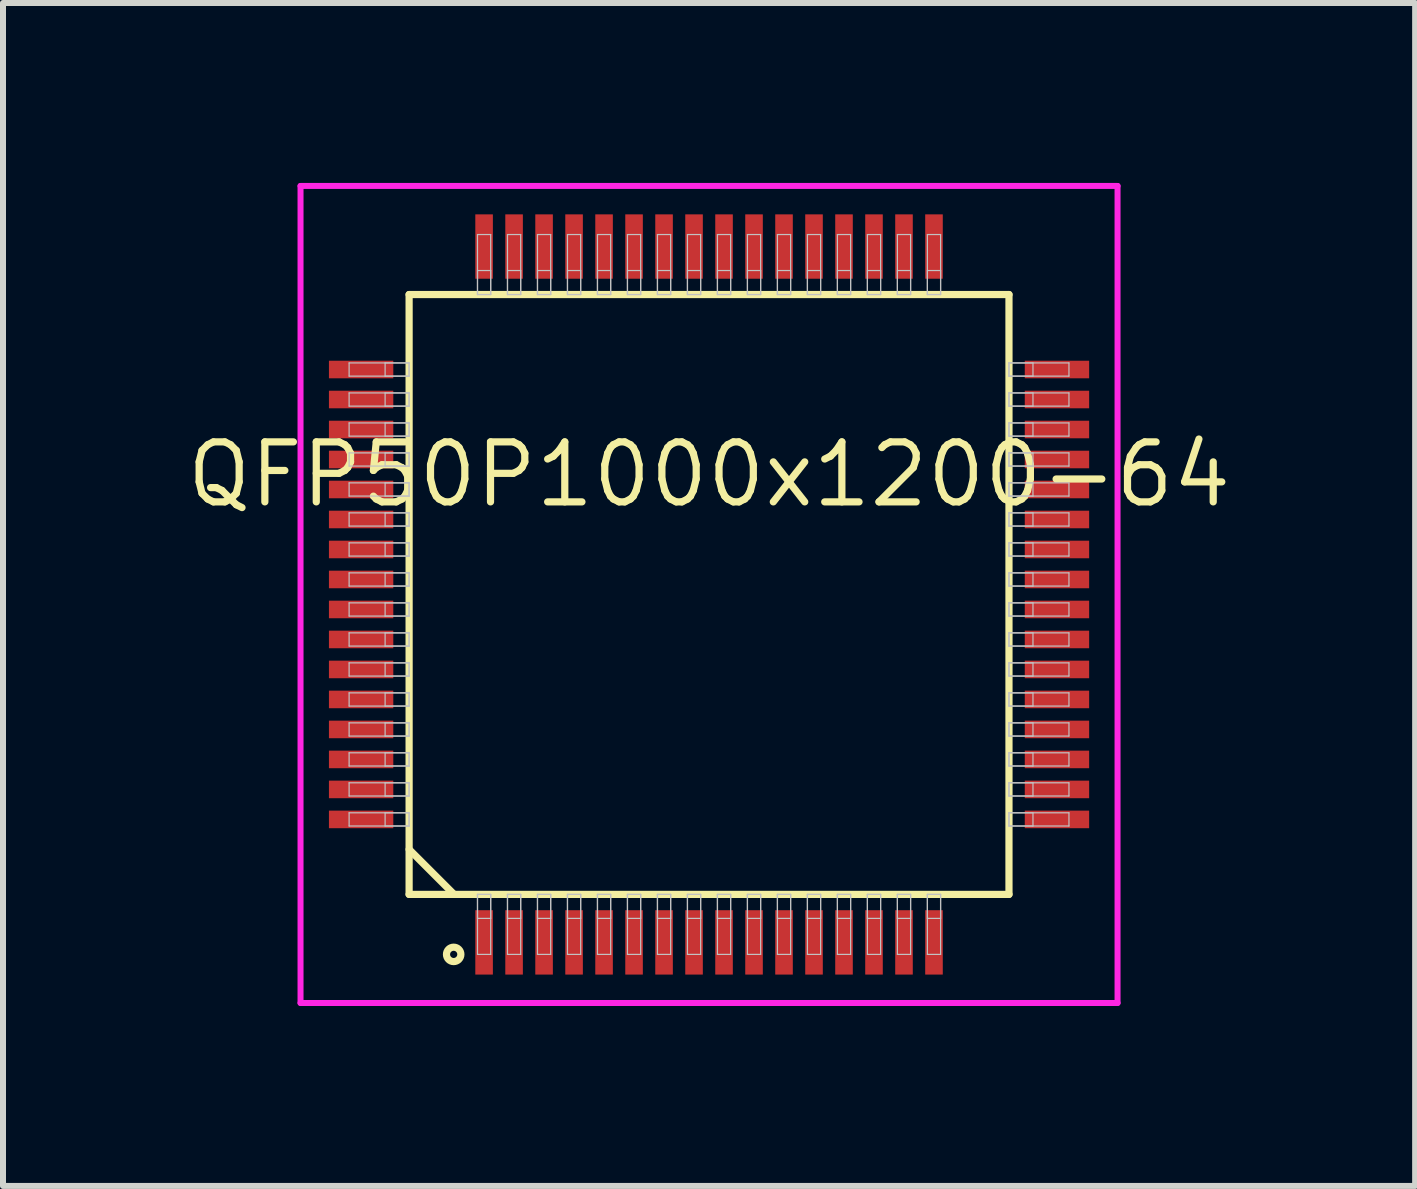
<source format=kicad_pcb>
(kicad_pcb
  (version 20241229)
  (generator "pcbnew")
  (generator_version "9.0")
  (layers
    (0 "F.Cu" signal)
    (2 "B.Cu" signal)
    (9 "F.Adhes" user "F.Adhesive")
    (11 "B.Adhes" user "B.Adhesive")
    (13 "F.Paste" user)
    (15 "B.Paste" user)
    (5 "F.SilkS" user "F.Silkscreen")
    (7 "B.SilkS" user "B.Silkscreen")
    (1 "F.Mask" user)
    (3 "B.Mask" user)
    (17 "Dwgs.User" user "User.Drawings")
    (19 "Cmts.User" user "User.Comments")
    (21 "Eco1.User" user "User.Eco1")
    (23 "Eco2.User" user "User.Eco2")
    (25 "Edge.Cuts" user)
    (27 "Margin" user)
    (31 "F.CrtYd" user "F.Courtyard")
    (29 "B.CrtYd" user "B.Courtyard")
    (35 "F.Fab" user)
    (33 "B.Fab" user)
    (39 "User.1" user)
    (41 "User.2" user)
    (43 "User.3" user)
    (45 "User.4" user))
  (footprint "QFP50P1000x1200-64"
    (layer "F.Cu")
    (at 8.77 6.86)
    (property "Reference" "QFP50P1000x1200-64" (at 0 -2 0) (layer "F.SilkS") (effects (font (size 1 1) (thickness 0.12))))
    (attr through_hole)
    (fp_line (start -5 -5) (end -5 5) (stroke (width 0.12) (type solid)) (layer "F.SilkS"))
    (fp_line (start -5 4.25) (end -4.25 5) (stroke (width 0.12) (type solid)) (layer "F.SilkS"))
    (fp_line (start -5 5) (end 5 5) (stroke (width 0.12) (type solid)) (layer "F.SilkS"))
    (fp_line (start 5 -5) (end -5 -5) (stroke (width 0.12) (type solid)) (layer "F.SilkS"))
    (fp_line (start 5 5) (end 5 -5) (stroke (width 0.12) (type solid)) (layer "F.SilkS"))
    (fp_circle (center -4.257 6) (end -4.137 6) (stroke (width 0.12) (type solid)) (fill no) (layer "F.SilkS"))
    (fp_line (start -6 -3.86) (end -6 -3.64) (stroke (width 0.02) (type solid)) (layer "Dwgs.User"))
    (fp_line (start -6 -3.64) (end -5 -3.64) (stroke (width 0.02) (type solid)) (layer "Dwgs.User"))
    (fp_line (start -6 -3.36) (end -6 -3.14) (stroke (width 0.02) (type solid)) (layer "Dwgs.User"))
    (fp_line (start -6 -3.14) (end -5 -3.14) (stroke (width 0.02) (type solid)) (layer "Dwgs.User"))
    (fp_line (start -6 -2.86) (end -6 -2.64) (stroke (width 0.02) (type solid)) (layer "Dwgs.User"))
    (fp_line (start -6 -2.64) (end -5 -2.64) (stroke (width 0.02) (type solid)) (layer "Dwgs.User"))
    (fp_line (start -6 -2.36) (end -6 -2.14) (stroke (width 0.02) (type solid)) (layer "Dwgs.User"))
    (fp_line (start -6 -2.14) (end -5 -2.14) (stroke (width 0.02) (type solid)) (layer "Dwgs.User"))
    (fp_line (start -6 -1.86) (end -6 -1.64) (stroke (width 0.02) (type solid)) (layer "Dwgs.User"))
    (fp_line (start -6 -1.64) (end -5 -1.64) (stroke (width 0.02) (type solid)) (layer "Dwgs.User"))
    (fp_line (start -6 -1.36) (end -6 -1.14) (stroke (width 0.02) (type solid)) (layer "Dwgs.User"))
    (fp_line (start -6 -1.14) (end -5 -1.14) (stroke (width 0.02) (type solid)) (layer "Dwgs.User"))
    (fp_line (start -6 -0.86) (end -6 -0.64) (stroke (width 0.02) (type solid)) (layer "Dwgs.User"))
    (fp_line (start -6 -0.64) (end -5 -0.64) (stroke (width 0.02) (type solid)) (layer "Dwgs.User"))
    (fp_line (start -6 -0.36) (end -6 -0.14) (stroke (width 0.02) (type solid)) (layer "Dwgs.User"))
    (fp_line (start -6 -0.14) (end -5 -0.14) (stroke (width 0.02) (type solid)) (layer "Dwgs.User"))
    (fp_line (start -6 0.14) (end -6 0.36) (stroke (width 0.02) (type solid)) (layer "Dwgs.User"))
    (fp_line (start -6 0.36) (end -5 0.36) (stroke (width 0.02) (type solid)) (layer "Dwgs.User"))
    (fp_line (start -6 0.64) (end -6 0.86) (stroke (width 0.02) (type solid)) (layer "Dwgs.User"))
    (fp_line (start -6 0.86) (end -5 0.86) (stroke (width 0.02) (type solid)) (layer "Dwgs.User"))
    (fp_line (start -6 1.14) (end -6 1.36) (stroke (width 0.02) (type solid)) (layer "Dwgs.User"))
    (fp_line (start -6 1.36) (end -5 1.36) (stroke (width 0.02) (type solid)) (layer "Dwgs.User"))
    (fp_line (start -6 1.64) (end -6 1.86) (stroke (width 0.02) (type solid)) (layer "Dwgs.User"))
    (fp_line (start -6 1.86) (end -5 1.86) (stroke (width 0.02) (type solid)) (layer "Dwgs.User"))
    (fp_line (start -6 2.14) (end -6 2.36) (stroke (width 0.02) (type solid)) (layer "Dwgs.User"))
    (fp_line (start -6 2.36) (end -5 2.36) (stroke (width 0.02) (type solid)) (layer "Dwgs.User"))
    (fp_line (start -6 2.64) (end -6 2.86) (stroke (width 0.02) (type solid)) (layer "Dwgs.User"))
    (fp_line (start -6 2.86) (end -5 2.86) (stroke (width 0.02) (type solid)) (layer "Dwgs.User"))
    (fp_line (start -6 3.14) (end -6 3.36) (stroke (width 0.02) (type solid)) (layer "Dwgs.User"))
    (fp_line (start -6 3.36) (end -5 3.36) (stroke (width 0.02) (type solid)) (layer "Dwgs.User"))
    (fp_line (start -6 3.64) (end -6 3.86) (stroke (width 0.02) (type solid)) (layer "Dwgs.User"))
    (fp_line (start -6 3.86) (end -5 3.86) (stroke (width 0.02) (type solid)) (layer "Dwgs.User"))
    (fp_line (start -5.4 -3.86) (end -5.4 -3.64) (stroke (width 0.02) (type solid)) (layer "Dwgs.User"))
    (fp_line (start -5.4 -3.64) (end -5 -3.64) (stroke (width 0.02) (type solid)) (layer "Dwgs.User"))
    (fp_line (start -5.4 -3.36) (end -5.4 -3.14) (stroke (width 0.02) (type solid)) (layer "Dwgs.User"))
    (fp_line (start -5.4 -3.14) (end -5 -3.14) (stroke (width 0.02) (type solid)) (layer "Dwgs.User"))
    (fp_line (start -5.4 -2.86) (end -5.4 -2.64) (stroke (width 0.02) (type solid)) (layer "Dwgs.User"))
    (fp_line (start -5.4 -2.64) (end -5 -2.64) (stroke (width 0.02) (type solid)) (layer "Dwgs.User"))
    (fp_line (start -5.4 -2.36) (end -5.4 -2.14) (stroke (width 0.02) (type solid)) (layer "Dwgs.User"))
    (fp_line (start -5.4 -2.14) (end -5 -2.14) (stroke (width 0.02) (type solid)) (layer "Dwgs.User"))
    (fp_line (start -5.4 -1.86) (end -5.4 -1.64) (stroke (width 0.02) (type solid)) (layer "Dwgs.User"))
    (fp_line (start -5.4 -1.64) (end -5 -1.64) (stroke (width 0.02) (type solid)) (layer "Dwgs.User"))
    (fp_line (start -5.4 -1.36) (end -5.4 -1.14) (stroke (width 0.02) (type solid)) (layer "Dwgs.User"))
    (fp_line (start -5.4 -1.14) (end -5 -1.14) (stroke (width 0.02) (type solid)) (layer "Dwgs.User"))
    (fp_line (start -5.4 -0.86) (end -5.4 -0.64) (stroke (width 0.02) (type solid)) (layer "Dwgs.User"))
    (fp_line (start -5.4 -0.64) (end -5 -0.64) (stroke (width 0.02) (type solid)) (layer "Dwgs.User"))
    (fp_line (start -5.4 -0.36) (end -5.4 -0.14) (stroke (width 0.02) (type solid)) (layer "Dwgs.User"))
    (fp_line (start -5.4 -0.14) (end -5 -0.14) (stroke (width 0.02) (type solid)) (layer "Dwgs.User"))
    (fp_line (start -5.4 0.14) (end -5.4 0.36) (stroke (width 0.02) (type solid)) (layer "Dwgs.User"))
    (fp_line (start -5.4 0.36) (end -5 0.36) (stroke (width 0.02) (type solid)) (layer "Dwgs.User"))
    (fp_line (start -5.4 0.64) (end -5.4 0.86) (stroke (width 0.02) (type solid)) (layer "Dwgs.User"))
    (fp_line (start -5.4 0.86) (end -5 0.86) (stroke (width 0.02) (type solid)) (layer "Dwgs.User"))
    (fp_line (start -5.4 1.14) (end -5.4 1.36) (stroke (width 0.02) (type solid)) (layer "Dwgs.User"))
    (fp_line (start -5.4 1.36) (end -5 1.36) (stroke (width 0.02) (type solid)) (layer "Dwgs.User"))
    (fp_line (start -5.4 1.64) (end -5.4 1.86) (stroke (width 0.02) (type solid)) (layer "Dwgs.User"))
    (fp_line (start -5.4 1.86) (end -5 1.86) (stroke (width 0.02) (type solid)) (layer "Dwgs.User"))
    (fp_line (start -5.4 2.14) (end -5.4 2.36) (stroke (width 0.02) (type solid)) (layer "Dwgs.User"))
    (fp_line (start -5.4 2.36) (end -5 2.36) (stroke (width 0.02) (type solid)) (layer "Dwgs.User"))
    (fp_line (start -5.4 2.64) (end -5.4 2.86) (stroke (width 0.02) (type solid)) (layer "Dwgs.User"))
    (fp_line (start -5.4 2.86) (end -5 2.86) (stroke (width 0.02) (type solid)) (layer "Dwgs.User"))
    (fp_line (start -5.4 3.14) (end -5.4 3.36) (stroke (width 0.02) (type solid)) (layer "Dwgs.User"))
    (fp_line (start -5.4 3.36) (end -5 3.36) (stroke (width 0.02) (type solid)) (layer "Dwgs.User"))
    (fp_line (start -5.4 3.64) (end -5.4 3.86) (stroke (width 0.02) (type solid)) (layer "Dwgs.User"))
    (fp_line (start -5.4 3.86) (end -5 3.86) (stroke (width 0.02) (type solid)) (layer "Dwgs.User"))
    (fp_line (start -5 -3.86) (end -6 -3.86) (stroke (width 0.02) (type solid)) (layer "Dwgs.User"))
    (fp_line (start -5 -3.86) (end -5.4 -3.86) (stroke (width 0.02) (type solid)) (layer "Dwgs.User"))
    (fp_line (start -5 -3.64) (end -5 -3.86) (stroke (width 0.02) (type solid)) (layer "Dwgs.User"))
    (fp_line (start -5 -3.64) (end -5 -3.86) (stroke (width 0.02) (type solid)) (layer "Dwgs.User"))
    (fp_line (start -5 -3.36) (end -6 -3.36) (stroke (width 0.02) (type solid)) (layer "Dwgs.User"))
    (fp_line (start -5 -3.36) (end -5.4 -3.36) (stroke (width 0.02) (type solid)) (layer "Dwgs.User"))
    (fp_line (start -5 -3.14) (end -5 -3.36) (stroke (width 0.02) (type solid)) (layer "Dwgs.User"))
    (fp_line (start -5 -3.14) (end -5 -3.36) (stroke (width 0.02) (type solid)) (layer "Dwgs.User"))
    (fp_line (start -5 -2.86) (end -6 -2.86) (stroke (width 0.02) (type solid)) (layer "Dwgs.User"))
    (fp_line (start -5 -2.86) (end -5.4 -2.86) (stroke (width 0.02) (type solid)) (layer "Dwgs.User"))
    (fp_line (start -5 -2.64) (end -5 -2.86) (stroke (width 0.02) (type solid)) (layer "Dwgs.User"))
    (fp_line (start -5 -2.64) (end -5 -2.86) (stroke (width 0.02) (type solid)) (layer "Dwgs.User"))
    (fp_line (start -5 -2.36) (end -6 -2.36) (stroke (width 0.02) (type solid)) (layer "Dwgs.User"))
    (fp_line (start -5 -2.36) (end -5.4 -2.36) (stroke (width 0.02) (type solid)) (layer "Dwgs.User"))
    (fp_line (start -5 -2.14) (end -5 -2.36) (stroke (width 0.02) (type solid)) (layer "Dwgs.User"))
    (fp_line (start -5 -2.14) (end -5 -2.36) (stroke (width 0.02) (type solid)) (layer "Dwgs.User"))
    (fp_line (start -5 -1.86) (end -6 -1.86) (stroke (width 0.02) (type solid)) (layer "Dwgs.User"))
    (fp_line (start -5 -1.86) (end -5.4 -1.86) (stroke (width 0.02) (type solid)) (layer "Dwgs.User"))
    (fp_line (start -5 -1.64) (end -5 -1.86) (stroke (width 0.02) (type solid)) (layer "Dwgs.User"))
    (fp_line (start -5 -1.64) (end -5 -1.86) (stroke (width 0.02) (type solid)) (layer "Dwgs.User"))
    (fp_line (start -5 -1.36) (end -6 -1.36) (stroke (width 0.02) (type solid)) (layer "Dwgs.User"))
    (fp_line (start -5 -1.36) (end -5.4 -1.36) (stroke (width 0.02) (type solid)) (layer "Dwgs.User"))
    (fp_line (start -5 -1.14) (end -5 -1.36) (stroke (width 0.02) (type solid)) (layer "Dwgs.User"))
    (fp_line (start -5 -1.14) (end -5 -1.36) (stroke (width 0.02) (type solid)) (layer "Dwgs.User"))
    (fp_line (start -5 -0.86) (end -6 -0.86) (stroke (width 0.02) (type solid)) (layer "Dwgs.User"))
    (fp_line (start -5 -0.86) (end -5.4 -0.86) (stroke (width 0.02) (type solid)) (layer "Dwgs.User"))
    (fp_line (start -5 -0.64) (end -5 -0.86) (stroke (width 0.02) (type solid)) (layer "Dwgs.User"))
    (fp_line (start -5 -0.64) (end -5 -0.86) (stroke (width 0.02) (type solid)) (layer "Dwgs.User"))
    (fp_line (start -5 -0.36) (end -6 -0.36) (stroke (width 0.02) (type solid)) (layer "Dwgs.User"))
    (fp_line (start -5 -0.36) (end -5.4 -0.36) (stroke (width 0.02) (type solid)) (layer "Dwgs.User"))
    (fp_line (start -5 -0.14) (end -5 -0.36) (stroke (width 0.02) (type solid)) (layer "Dwgs.User"))
    (fp_line (start -5 -0.14) (end -5 -0.36) (stroke (width 0.02) (type solid)) (layer "Dwgs.User"))
    (fp_line (start -5 0.14) (end -6 0.14) (stroke (width 0.02) (type solid)) (layer "Dwgs.User"))
    (fp_line (start -5 0.14) (end -5.4 0.14) (stroke (width 0.02) (type solid)) (layer "Dwgs.User"))
    (fp_line (start -5 0.36) (end -5 0.14) (stroke (width 0.02) (type solid)) (layer "Dwgs.User"))
    (fp_line (start -5 0.36) (end -5 0.14) (stroke (width 0.02) (type solid)) (layer "Dwgs.User"))
    (fp_line (start -5 0.64) (end -6 0.64) (stroke (width 0.02) (type solid)) (layer "Dwgs.User"))
    (fp_line (start -5 0.64) (end -5.4 0.64) (stroke (width 0.02) (type solid)) (layer "Dwgs.User"))
    (fp_line (start -5 0.86) (end -5 0.64) (stroke (width 0.02) (type solid)) (layer "Dwgs.User"))
    (fp_line (start -5 0.86) (end -5 0.64) (stroke (width 0.02) (type solid)) (layer "Dwgs.User"))
    (fp_line (start -5 1.14) (end -6 1.14) (stroke (width 0.02) (type solid)) (layer "Dwgs.User"))
    (fp_line (start -5 1.14) (end -5.4 1.14) (stroke (width 0.02) (type solid)) (layer "Dwgs.User"))
    (fp_line (start -5 1.36) (end -5 1.14) (stroke (width 0.02) (type solid)) (layer "Dwgs.User"))
    (fp_line (start -5 1.36) (end -5 1.14) (stroke (width 0.02) (type solid)) (layer "Dwgs.User"))
    (fp_line (start -5 1.64) (end -6 1.64) (stroke (width 0.02) (type solid)) (layer "Dwgs.User"))
    (fp_line (start -5 1.64) (end -5.4 1.64) (stroke (width 0.02) (type solid)) (layer "Dwgs.User"))
    (fp_line (start -5 1.86) (end -5 1.64) (stroke (width 0.02) (type solid)) (layer "Dwgs.User"))
    (fp_line (start -5 1.86) (end -5 1.64) (stroke (width 0.02) (type solid)) (layer "Dwgs.User"))
    (fp_line (start -5 2.14) (end -6 2.14) (stroke (width 0.02) (type solid)) (layer "Dwgs.User"))
    (fp_line (start -5 2.14) (end -5.4 2.14) (stroke (width 0.02) (type solid)) (layer "Dwgs.User"))
    (fp_line (start -5 2.36) (end -5 2.14) (stroke (width 0.02) (type solid)) (layer "Dwgs.User"))
    (fp_line (start -5 2.36) (end -5 2.14) (stroke (width 0.02) (type solid)) (layer "Dwgs.User"))
    (fp_line (start -5 2.64) (end -6 2.64) (stroke (width 0.02) (type solid)) (layer "Dwgs.User"))
    (fp_line (start -5 2.64) (end -5.4 2.64) (stroke (width 0.02) (type solid)) (layer "Dwgs.User"))
    (fp_line (start -5 2.86) (end -5 2.64) (stroke (width 0.02) (type solid)) (layer "Dwgs.User"))
    (fp_line (start -5 2.86) (end -5 2.64) (stroke (width 0.02) (type solid)) (layer "Dwgs.User"))
    (fp_line (start -5 3.14) (end -6 3.14) (stroke (width 0.02) (type solid)) (layer "Dwgs.User"))
    (fp_line (start -5 3.14) (end -5.4 3.14) (stroke (width 0.02) (type solid)) (layer "Dwgs.User"))
    (fp_line (start -5 3.36) (end -5 3.14) (stroke (width 0.02) (type solid)) (layer "Dwgs.User"))
    (fp_line (start -5 3.36) (end -5 3.14) (stroke (width 0.02) (type solid)) (layer "Dwgs.User"))
    (fp_line (start -5 3.64) (end -6 3.64) (stroke (width 0.02) (type solid)) (layer "Dwgs.User"))
    (fp_line (start -5 3.64) (end -5.4 3.64) (stroke (width 0.02) (type solid)) (layer "Dwgs.User"))
    (fp_line (start -5 3.86) (end -5 3.64) (stroke (width 0.02) (type solid)) (layer "Dwgs.User"))
    (fp_line (start -5 3.86) (end -5 3.64) (stroke (width 0.02) (type solid)) (layer "Dwgs.User"))
    (fp_line (start -3.86 -6) (end -3.86 -5) (stroke (width 0.02) (type solid)) (layer "Dwgs.User"))
    (fp_line (start -3.86 -5.4) (end -3.86 -5) (stroke (width 0.02) (type solid)) (layer "Dwgs.User"))
    (fp_line (start -3.86 -5) (end -3.64 -5) (stroke (width 0.02) (type solid)) (layer "Dwgs.User"))
    (fp_line (start -3.86 -5) (end -3.64 -5) (stroke (width 0.02) (type solid)) (layer "Dwgs.User"))
    (fp_line (start -3.86 5) (end -3.64 5) (stroke (width 0.02) (type solid)) (layer "Dwgs.User"))
    (fp_line (start -3.86 5) (end -3.64 5) (stroke (width 0.02) (type solid)) (layer "Dwgs.User"))
    (fp_line (start -3.86 5.4) (end -3.86 5) (stroke (width 0.02) (type solid)) (layer "Dwgs.User"))
    (fp_line (start -3.86 6) (end -3.86 5) (stroke (width 0.02) (type solid)) (layer "Dwgs.User"))
    (fp_line (start -3.64 -6) (end -3.86 -6) (stroke (width 0.02) (type solid)) (layer "Dwgs.User"))
    (fp_line (start -3.64 -5.4) (end -3.86 -5.4) (stroke (width 0.02) (type solid)) (layer "Dwgs.User"))
    (fp_line (start -3.64 -5) (end -3.64 -6) (stroke (width 0.02) (type solid)) (layer "Dwgs.User"))
    (fp_line (start -3.64 -5) (end -3.64 -5.4) (stroke (width 0.02) (type solid)) (layer "Dwgs.User"))
    (fp_line (start -3.64 5) (end -3.64 5.4) (stroke (width 0.02) (type solid)) (layer "Dwgs.User"))
    (fp_line (start -3.64 5) (end -3.64 6) (stroke (width 0.02) (type solid)) (layer "Dwgs.User"))
    (fp_line (start -3.64 5.4) (end -3.86 5.4) (stroke (width 0.02) (type solid)) (layer "Dwgs.User"))
    (fp_line (start -3.64 6) (end -3.86 6) (stroke (width 0.02) (type solid)) (layer "Dwgs.User"))
    (fp_line (start -3.36 -6) (end -3.36 -5) (stroke (width 0.02) (type solid)) (layer "Dwgs.User"))
    (fp_line (start -3.36 -5.4) (end -3.36 -5) (stroke (width 0.02) (type solid)) (layer "Dwgs.User"))
    (fp_line (start -3.36 -5) (end -3.14 -5) (stroke (width 0.02) (type solid)) (layer "Dwgs.User"))
    (fp_line (start -3.36 -5) (end -3.14 -5) (stroke (width 0.02) (type solid)) (layer "Dwgs.User"))
    (fp_line (start -3.36 5) (end -3.14 5) (stroke (width 0.02) (type solid)) (layer "Dwgs.User"))
    (fp_line (start -3.36 5) (end -3.14 5) (stroke (width 0.02) (type solid)) (layer "Dwgs.User"))
    (fp_line (start -3.36 5.4) (end -3.36 5) (stroke (width 0.02) (type solid)) (layer "Dwgs.User"))
    (fp_line (start -3.36 6) (end -3.36 5) (stroke (width 0.02) (type solid)) (layer "Dwgs.User"))
    (fp_line (start -3.14 -6) (end -3.36 -6) (stroke (width 0.02) (type solid)) (layer "Dwgs.User"))
    (fp_line (start -3.14 -5.4) (end -3.36 -5.4) (stroke (width 0.02) (type solid)) (layer "Dwgs.User"))
    (fp_line (start -3.14 -5) (end -3.14 -6) (stroke (width 0.02) (type solid)) (layer "Dwgs.User"))
    (fp_line (start -3.14 -5) (end -3.14 -5.4) (stroke (width 0.02) (type solid)) (layer "Dwgs.User"))
    (fp_line (start -3.14 5) (end -3.14 5.4) (stroke (width 0.02) (type solid)) (layer "Dwgs.User"))
    (fp_line (start -3.14 5) (end -3.14 6) (stroke (width 0.02) (type solid)) (layer "Dwgs.User"))
    (fp_line (start -3.14 5.4) (end -3.36 5.4) (stroke (width 0.02) (type solid)) (layer "Dwgs.User"))
    (fp_line (start -3.14 6) (end -3.36 6) (stroke (width 0.02) (type solid)) (layer "Dwgs.User"))
    (fp_line (start -2.86 -6) (end -2.86 -5) (stroke (width 0.02) (type solid)) (layer "Dwgs.User"))
    (fp_line (start -2.86 -5.4) (end -2.86 -5) (stroke (width 0.02) (type solid)) (layer "Dwgs.User"))
    (fp_line (start -2.86 -5) (end -2.64 -5) (stroke (width 0.02) (type solid)) (layer "Dwgs.User"))
    (fp_line (start -2.86 -5) (end -2.64 -5) (stroke (width 0.02) (type solid)) (layer "Dwgs.User"))
    (fp_line (start -2.86 5) (end -2.64 5) (stroke (width 0.02) (type solid)) (layer "Dwgs.User"))
    (fp_line (start -2.86 5) (end -2.64 5) (stroke (width 0.02) (type solid)) (layer "Dwgs.User"))
    (fp_line (start -2.86 5.4) (end -2.86 5) (stroke (width 0.02) (type solid)) (layer "Dwgs.User"))
    (fp_line (start -2.86 6) (end -2.86 5) (stroke (width 0.02) (type solid)) (layer "Dwgs.User"))
    (fp_line (start -2.64 -6) (end -2.86 -6) (stroke (width 0.02) (type solid)) (layer "Dwgs.User"))
    (fp_line (start -2.64 -5.4) (end -2.86 -5.4) (stroke (width 0.02) (type solid)) (layer "Dwgs.User"))
    (fp_line (start -2.64 -5) (end -2.64 -6) (stroke (width 0.02) (type solid)) (layer "Dwgs.User"))
    (fp_line (start -2.64 -5) (end -2.64 -5.4) (stroke (width 0.02) (type solid)) (layer "Dwgs.User"))
    (fp_line (start -2.64 5) (end -2.64 5.4) (stroke (width 0.02) (type solid)) (layer "Dwgs.User"))
    (fp_line (start -2.64 5) (end -2.64 6) (stroke (width 0.02) (type solid)) (layer "Dwgs.User"))
    (fp_line (start -2.64 5.4) (end -2.86 5.4) (stroke (width 0.02) (type solid)) (layer "Dwgs.User"))
    (fp_line (start -2.64 6) (end -2.86 6) (stroke (width 0.02) (type solid)) (layer "Dwgs.User"))
    (fp_line (start -2.36 -6) (end -2.36 -5) (stroke (width 0.02) (type solid)) (layer "Dwgs.User"))
    (fp_line (start -2.36 -5.4) (end -2.36 -5) (stroke (width 0.02) (type solid)) (layer "Dwgs.User"))
    (fp_line (start -2.36 -5) (end -2.14 -5) (stroke (width 0.02) (type solid)) (layer "Dwgs.User"))
    (fp_line (start -2.36 -5) (end -2.14 -5) (stroke (width 0.02) (type solid)) (layer "Dwgs.User"))
    (fp_line (start -2.36 5) (end -2.14 5) (stroke (width 0.02) (type solid)) (layer "Dwgs.User"))
    (fp_line (start -2.36 5) (end -2.14 5) (stroke (width 0.02) (type solid)) (layer "Dwgs.User"))
    (fp_line (start -2.36 5.4) (end -2.36 5) (stroke (width 0.02) (type solid)) (layer "Dwgs.User"))
    (fp_line (start -2.36 6) (end -2.36 5) (stroke (width 0.02) (type solid)) (layer "Dwgs.User"))
    (fp_line (start -2.14 -6) (end -2.36 -6) (stroke (width 0.02) (type solid)) (layer "Dwgs.User"))
    (fp_line (start -2.14 -5.4) (end -2.36 -5.4) (stroke (width 0.02) (type solid)) (layer "Dwgs.User"))
    (fp_line (start -2.14 -5) (end -2.14 -6) (stroke (width 0.02) (type solid)) (layer "Dwgs.User"))
    (fp_line (start -2.14 -5) (end -2.14 -5.4) (stroke (width 0.02) (type solid)) (layer "Dwgs.User"))
    (fp_line (start -2.14 5) (end -2.14 5.4) (stroke (width 0.02) (type solid)) (layer "Dwgs.User"))
    (fp_line (start -2.14 5) (end -2.14 6) (stroke (width 0.02) (type solid)) (layer "Dwgs.User"))
    (fp_line (start -2.14 5.4) (end -2.36 5.4) (stroke (width 0.02) (type solid)) (layer "Dwgs.User"))
    (fp_line (start -2.14 6) (end -2.36 6) (stroke (width 0.02) (type solid)) (layer "Dwgs.User"))
    (fp_line (start -1.86 -6) (end -1.86 -5) (stroke (width 0.02) (type solid)) (layer "Dwgs.User"))
    (fp_line (start -1.86 -5.4) (end -1.86 -5) (stroke (width 0.02) (type solid)) (layer "Dwgs.User"))
    (fp_line (start -1.86 -5) (end -1.64 -5) (stroke (width 0.02) (type solid)) (layer "Dwgs.User"))
    (fp_line (start -1.86 -5) (end -1.64 -5) (stroke (width 0.02) (type solid)) (layer "Dwgs.User"))
    (fp_line (start -1.86 5) (end -1.64 5) (stroke (width 0.02) (type solid)) (layer "Dwgs.User"))
    (fp_line (start -1.86 5) (end -1.64 5) (stroke (width 0.02) (type solid)) (layer "Dwgs.User"))
    (fp_line (start -1.86 5.4) (end -1.86 5) (stroke (width 0.02) (type solid)) (layer "Dwgs.User"))
    (fp_line (start -1.86 6) (end -1.86 5) (stroke (width 0.02) (type solid)) (layer "Dwgs.User"))
    (fp_line (start -1.64 -6) (end -1.86 -6) (stroke (width 0.02) (type solid)) (layer "Dwgs.User"))
    (fp_line (start -1.64 -5.4) (end -1.86 -5.4) (stroke (width 0.02) (type solid)) (layer "Dwgs.User"))
    (fp_line (start -1.64 -5) (end -1.64 -6) (stroke (width 0.02) (type solid)) (layer "Dwgs.User"))
    (fp_line (start -1.64 -5) (end -1.64 -5.4) (stroke (width 0.02) (type solid)) (layer "Dwgs.User"))
    (fp_line (start -1.64 5) (end -1.64 5.4) (stroke (width 0.02) (type solid)) (layer "Dwgs.User"))
    (fp_line (start -1.64 5) (end -1.64 6) (stroke (width 0.02) (type solid)) (layer "Dwgs.User"))
    (fp_line (start -1.64 5.4) (end -1.86 5.4) (stroke (width 0.02) (type solid)) (layer "Dwgs.User"))
    (fp_line (start -1.64 6) (end -1.86 6) (stroke (width 0.02) (type solid)) (layer "Dwgs.User"))
    (fp_line (start -1.36 -6) (end -1.36 -5) (stroke (width 0.02) (type solid)) (layer "Dwgs.User"))
    (fp_line (start -1.36 -5.4) (end -1.36 -5) (stroke (width 0.02) (type solid)) (layer "Dwgs.User"))
    (fp_line (start -1.36 -5) (end -1.14 -5) (stroke (width 0.02) (type solid)) (layer "Dwgs.User"))
    (fp_line (start -1.36 -5) (end -1.14 -5) (stroke (width 0.02) (type solid)) (layer "Dwgs.User"))
    (fp_line (start -1.36 5) (end -1.14 5) (stroke (width 0.02) (type solid)) (layer "Dwgs.User"))
    (fp_line (start -1.36 5) (end -1.14 5) (stroke (width 0.02) (type solid)) (layer "Dwgs.User"))
    (fp_line (start -1.36 5.4) (end -1.36 5) (stroke (width 0.02) (type solid)) (layer "Dwgs.User"))
    (fp_line (start -1.36 6) (end -1.36 5) (stroke (width 0.02) (type solid)) (layer "Dwgs.User"))
    (fp_line (start -1.14 -6) (end -1.36 -6) (stroke (width 0.02) (type solid)) (layer "Dwgs.User"))
    (fp_line (start -1.14 -5.4) (end -1.36 -5.4) (stroke (width 0.02) (type solid)) (layer "Dwgs.User"))
    (fp_line (start -1.14 -5) (end -1.14 -6) (stroke (width 0.02) (type solid)) (layer "Dwgs.User"))
    (fp_line (start -1.14 -5) (end -1.14 -5.4) (stroke (width 0.02) (type solid)) (layer "Dwgs.User"))
    (fp_line (start -1.14 5) (end -1.14 5.4) (stroke (width 0.02) (type solid)) (layer "Dwgs.User"))
    (fp_line (start -1.14 5) (end -1.14 6) (stroke (width 0.02) (type solid)) (layer "Dwgs.User"))
    (fp_line (start -1.14 5.4) (end -1.36 5.4) (stroke (width 0.02) (type solid)) (layer "Dwgs.User"))
    (fp_line (start -1.14 6) (end -1.36 6) (stroke (width 0.02) (type solid)) (layer "Dwgs.User"))
    (fp_line (start -0.86 -6) (end -0.86 -5) (stroke (width 0.02) (type solid)) (layer "Dwgs.User"))
    (fp_line (start -0.86 -5.4) (end -0.86 -5) (stroke (width 0.02) (type solid)) (layer "Dwgs.User"))
    (fp_line (start -0.86 -5) (end -0.64 -5) (stroke (width 0.02) (type solid)) (layer "Dwgs.User"))
    (fp_line (start -0.86 -5) (end -0.64 -5) (stroke (width 0.02) (type solid)) (layer "Dwgs.User"))
    (fp_line (start -0.86 5) (end -0.64 5) (stroke (width 0.02) (type solid)) (layer "Dwgs.User"))
    (fp_line (start -0.86 5) (end -0.64 5) (stroke (width 0.02) (type solid)) (layer "Dwgs.User"))
    (fp_line (start -0.86 5.4) (end -0.86 5) (stroke (width 0.02) (type solid)) (layer "Dwgs.User"))
    (fp_line (start -0.86 6) (end -0.86 5) (stroke (width 0.02) (type solid)) (layer "Dwgs.User"))
    (fp_line (start -0.64 -6) (end -0.86 -6) (stroke (width 0.02) (type solid)) (layer "Dwgs.User"))
    (fp_line (start -0.64 -5.4) (end -0.86 -5.4) (stroke (width 0.02) (type solid)) (layer "Dwgs.User"))
    (fp_line (start -0.64 -5) (end -0.64 -6) (stroke (width 0.02) (type solid)) (layer "Dwgs.User"))
    (fp_line (start -0.64 -5) (end -0.64 -5.4) (stroke (width 0.02) (type solid)) (layer "Dwgs.User"))
    (fp_line (start -0.64 5) (end -0.64 5.4) (stroke (width 0.02) (type solid)) (layer "Dwgs.User"))
    (fp_line (start -0.64 5) (end -0.64 6) (stroke (width 0.02) (type solid)) (layer "Dwgs.User"))
    (fp_line (start -0.64 5.4) (end -0.86 5.4) (stroke (width 0.02) (type solid)) (layer "Dwgs.User"))
    (fp_line (start -0.64 6) (end -0.86 6) (stroke (width 0.02) (type solid)) (layer "Dwgs.User"))
    (fp_line (start -0.36 -6) (end -0.36 -5) (stroke (width 0.02) (type solid)) (layer "Dwgs.User"))
    (fp_line (start -0.36 -5.4) (end -0.36 -5) (stroke (width 0.02) (type solid)) (layer "Dwgs.User"))
    (fp_line (start -0.36 -5) (end -0.14 -5) (stroke (width 0.02) (type solid)) (layer "Dwgs.User"))
    (fp_line (start -0.36 -5) (end -0.14 -5) (stroke (width 0.02) (type solid)) (layer "Dwgs.User"))
    (fp_line (start -0.36 5) (end -0.14 5) (stroke (width 0.02) (type solid)) (layer "Dwgs.User"))
    (fp_line (start -0.36 5) (end -0.14 5) (stroke (width 0.02) (type solid)) (layer "Dwgs.User"))
    (fp_line (start -0.36 5.4) (end -0.36 5) (stroke (width 0.02) (type solid)) (layer "Dwgs.User"))
    (fp_line (start -0.36 6) (end -0.36 5) (stroke (width 0.02) (type solid)) (layer "Dwgs.User"))
    (fp_line (start -0.14 -6) (end -0.36 -6) (stroke (width 0.02) (type solid)) (layer "Dwgs.User"))
    (fp_line (start -0.14 -5.4) (end -0.36 -5.4) (stroke (width 0.02) (type solid)) (layer "Dwgs.User"))
    (fp_line (start -0.14 -5) (end -0.14 -6) (stroke (width 0.02) (type solid)) (layer "Dwgs.User"))
    (fp_line (start -0.14 -5) (end -0.14 -5.4) (stroke (width 0.02) (type solid)) (layer "Dwgs.User"))
    (fp_line (start -0.14 5) (end -0.14 5.4) (stroke (width 0.02) (type solid)) (layer "Dwgs.User"))
    (fp_line (start -0.14 5) (end -0.14 6) (stroke (width 0.02) (type solid)) (layer "Dwgs.User"))
    (fp_line (start -0.14 5.4) (end -0.36 5.4) (stroke (width 0.02) (type solid)) (layer "Dwgs.User"))
    (fp_line (start -0.14 6) (end -0.36 6) (stroke (width 0.02) (type solid)) (layer "Dwgs.User"))
    (fp_line (start 0.14 -6) (end 0.14 -5) (stroke (width 0.02) (type solid)) (layer "Dwgs.User"))
    (fp_line (start 0.14 -5.4) (end 0.14 -5) (stroke (width 0.02) (type solid)) (layer "Dwgs.User"))
    (fp_line (start 0.14 -5) (end 0.36 -5) (stroke (width 0.02) (type solid)) (layer "Dwgs.User"))
    (fp_line (start 0.14 -5) (end 0.36 -5) (stroke (width 0.02) (type solid)) (layer "Dwgs.User"))
    (fp_line (start 0.14 5) (end 0.36 5) (stroke (width 0.02) (type solid)) (layer "Dwgs.User"))
    (fp_line (start 0.14 5) (end 0.36 5) (stroke (width 0.02) (type solid)) (layer "Dwgs.User"))
    (fp_line (start 0.14 5.4) (end 0.14 5) (stroke (width 0.02) (type solid)) (layer "Dwgs.User"))
    (fp_line (start 0.14 6) (end 0.14 5) (stroke (width 0.02) (type solid)) (layer "Dwgs.User"))
    (fp_line (start 0.36 -6) (end 0.14 -6) (stroke (width 0.02) (type solid)) (layer "Dwgs.User"))
    (fp_line (start 0.36 -5.4) (end 0.14 -5.4) (stroke (width 0.02) (type solid)) (layer "Dwgs.User"))
    (fp_line (start 0.36 -5) (end 0.36 -6) (stroke (width 0.02) (type solid)) (layer "Dwgs.User"))
    (fp_line (start 0.36 -5) (end 0.36 -5.4) (stroke (width 0.02) (type solid)) (layer "Dwgs.User"))
    (fp_line (start 0.36 5) (end 0.36 5.4) (stroke (width 0.02) (type solid)) (layer "Dwgs.User"))
    (fp_line (start 0.36 5) (end 0.36 6) (stroke (width 0.02) (type solid)) (layer "Dwgs.User"))
    (fp_line (start 0.36 5.4) (end 0.14 5.4) (stroke (width 0.02) (type solid)) (layer "Dwgs.User"))
    (fp_line (start 0.36 6) (end 0.14 6) (stroke (width 0.02) (type solid)) (layer "Dwgs.User"))
    (fp_line (start 0.64 -6) (end 0.64 -5) (stroke (width 0.02) (type solid)) (layer "Dwgs.User"))
    (fp_line (start 0.64 -5.4) (end 0.64 -5) (stroke (width 0.02) (type solid)) (layer "Dwgs.User"))
    (fp_line (start 0.64 -5) (end 0.86 -5) (stroke (width 0.02) (type solid)) (layer "Dwgs.User"))
    (fp_line (start 0.64 -5) (end 0.86 -5) (stroke (width 0.02) (type solid)) (layer "Dwgs.User"))
    (fp_line (start 0.64 5) (end 0.86 5) (stroke (width 0.02) (type solid)) (layer "Dwgs.User"))
    (fp_line (start 0.64 5) (end 0.86 5) (stroke (width 0.02) (type solid)) (layer "Dwgs.User"))
    (fp_line (start 0.64 5.4) (end 0.64 5) (stroke (width 0.02) (type solid)) (layer "Dwgs.User"))
    (fp_line (start 0.64 6) (end 0.64 5) (stroke (width 0.02) (type solid)) (layer "Dwgs.User"))
    (fp_line (start 0.86 -6) (end 0.64 -6) (stroke (width 0.02) (type solid)) (layer "Dwgs.User"))
    (fp_line (start 0.86 -5.4) (end 0.64 -5.4) (stroke (width 0.02) (type solid)) (layer "Dwgs.User"))
    (fp_line (start 0.86 -5) (end 0.86 -6) (stroke (width 0.02) (type solid)) (layer "Dwgs.User"))
    (fp_line (start 0.86 -5) (end 0.86 -5.4) (stroke (width 0.02) (type solid)) (layer "Dwgs.User"))
    (fp_line (start 0.86 5) (end 0.86 5.4) (stroke (width 0.02) (type solid)) (layer "Dwgs.User"))
    (fp_line (start 0.86 5) (end 0.86 6) (stroke (width 0.02) (type solid)) (layer "Dwgs.User"))
    (fp_line (start 0.86 5.4) (end 0.64 5.4) (stroke (width 0.02) (type solid)) (layer "Dwgs.User"))
    (fp_line (start 0.86 6) (end 0.64 6) (stroke (width 0.02) (type solid)) (layer "Dwgs.User"))
    (fp_line (start 1.14 -6) (end 1.14 -5) (stroke (width 0.02) (type solid)) (layer "Dwgs.User"))
    (fp_line (start 1.14 -5.4) (end 1.14 -5) (stroke (width 0.02) (type solid)) (layer "Dwgs.User"))
    (fp_line (start 1.14 -5) (end 1.36 -5) (stroke (width 0.02) (type solid)) (layer "Dwgs.User"))
    (fp_line (start 1.14 -5) (end 1.36 -5) (stroke (width 0.02) (type solid)) (layer "Dwgs.User"))
    (fp_line (start 1.14 5) (end 1.36 5) (stroke (width 0.02) (type solid)) (layer "Dwgs.User"))
    (fp_line (start 1.14 5) (end 1.36 5) (stroke (width 0.02) (type solid)) (layer "Dwgs.User"))
    (fp_line (start 1.14 5.4) (end 1.14 5) (stroke (width 0.02) (type solid)) (layer "Dwgs.User"))
    (fp_line (start 1.14 6) (end 1.14 5) (stroke (width 0.02) (type solid)) (layer "Dwgs.User"))
    (fp_line (start 1.36 -6) (end 1.14 -6) (stroke (width 0.02) (type solid)) (layer "Dwgs.User"))
    (fp_line (start 1.36 -5.4) (end 1.14 -5.4) (stroke (width 0.02) (type solid)) (layer "Dwgs.User"))
    (fp_line (start 1.36 -5) (end 1.36 -6) (stroke (width 0.02) (type solid)) (layer "Dwgs.User"))
    (fp_line (start 1.36 -5) (end 1.36 -5.4) (stroke (width 0.02) (type solid)) (layer "Dwgs.User"))
    (fp_line (start 1.36 5) (end 1.36 5.4) (stroke (width 0.02) (type solid)) (layer "Dwgs.User"))
    (fp_line (start 1.36 5) (end 1.36 6) (stroke (width 0.02) (type solid)) (layer "Dwgs.User"))
    (fp_line (start 1.36 5.4) (end 1.14 5.4) (stroke (width 0.02) (type solid)) (layer "Dwgs.User"))
    (fp_line (start 1.36 6) (end 1.14 6) (stroke (width 0.02) (type solid)) (layer "Dwgs.User"))
    (fp_line (start 1.64 -6) (end 1.64 -5) (stroke (width 0.02) (type solid)) (layer "Dwgs.User"))
    (fp_line (start 1.64 -5.4) (end 1.64 -5) (stroke (width 0.02) (type solid)) (layer "Dwgs.User"))
    (fp_line (start 1.64 -5) (end 1.86 -5) (stroke (width 0.02) (type solid)) (layer "Dwgs.User"))
    (fp_line (start 1.64 -5) (end 1.86 -5) (stroke (width 0.02) (type solid)) (layer "Dwgs.User"))
    (fp_line (start 1.64 5) (end 1.86 5) (stroke (width 0.02) (type solid)) (layer "Dwgs.User"))
    (fp_line (start 1.64 5) (end 1.86 5) (stroke (width 0.02) (type solid)) (layer "Dwgs.User"))
    (fp_line (start 1.64 5.4) (end 1.64 5) (stroke (width 0.02) (type solid)) (layer "Dwgs.User"))
    (fp_line (start 1.64 6) (end 1.64 5) (stroke (width 0.02) (type solid)) (layer "Dwgs.User"))
    (fp_line (start 1.86 -6) (end 1.64 -6) (stroke (width 0.02) (type solid)) (layer "Dwgs.User"))
    (fp_line (start 1.86 -5.4) (end 1.64 -5.4) (stroke (width 0.02) (type solid)) (layer "Dwgs.User"))
    (fp_line (start 1.86 -5) (end 1.86 -6) (stroke (width 0.02) (type solid)) (layer "Dwgs.User"))
    (fp_line (start 1.86 -5) (end 1.86 -5.4) (stroke (width 0.02) (type solid)) (layer "Dwgs.User"))
    (fp_line (start 1.86 5) (end 1.86 5.4) (stroke (width 0.02) (type solid)) (layer "Dwgs.User"))
    (fp_line (start 1.86 5) (end 1.86 6) (stroke (width 0.02) (type solid)) (layer "Dwgs.User"))
    (fp_line (start 1.86 5.4) (end 1.64 5.4) (stroke (width 0.02) (type solid)) (layer "Dwgs.User"))
    (fp_line (start 1.86 6) (end 1.64 6) (stroke (width 0.02) (type solid)) (layer "Dwgs.User"))
    (fp_line (start 2.14 -6) (end 2.14 -5) (stroke (width 0.02) (type solid)) (layer "Dwgs.User"))
    (fp_line (start 2.14 -5.4) (end 2.14 -5) (stroke (width 0.02) (type solid)) (layer "Dwgs.User"))
    (fp_line (start 2.14 -5) (end 2.36 -5) (stroke (width 0.02) (type solid)) (layer "Dwgs.User"))
    (fp_line (start 2.14 -5) (end 2.36 -5) (stroke (width 0.02) (type solid)) (layer "Dwgs.User"))
    (fp_line (start 2.14 5) (end 2.36 5) (stroke (width 0.02) (type solid)) (layer "Dwgs.User"))
    (fp_line (start 2.14 5) (end 2.36 5) (stroke (width 0.02) (type solid)) (layer "Dwgs.User"))
    (fp_line (start 2.14 5.4) (end 2.14 5) (stroke (width 0.02) (type solid)) (layer "Dwgs.User"))
    (fp_line (start 2.14 6) (end 2.14 5) (stroke (width 0.02) (type solid)) (layer "Dwgs.User"))
    (fp_line (start 2.36 -6) (end 2.14 -6) (stroke (width 0.02) (type solid)) (layer "Dwgs.User"))
    (fp_line (start 2.36 -5.4) (end 2.14 -5.4) (stroke (width 0.02) (type solid)) (layer "Dwgs.User"))
    (fp_line (start 2.36 -5) (end 2.36 -6) (stroke (width 0.02) (type solid)) (layer "Dwgs.User"))
    (fp_line (start 2.36 -5) (end 2.36 -5.4) (stroke (width 0.02) (type solid)) (layer "Dwgs.User"))
    (fp_line (start 2.36 5) (end 2.36 5.4) (stroke (width 0.02) (type solid)) (layer "Dwgs.User"))
    (fp_line (start 2.36 5) (end 2.36 6) (stroke (width 0.02) (type solid)) (layer "Dwgs.User"))
    (fp_line (start 2.36 5.4) (end 2.14 5.4) (stroke (width 0.02) (type solid)) (layer "Dwgs.User"))
    (fp_line (start 2.36 6) (end 2.14 6) (stroke (width 0.02) (type solid)) (layer "Dwgs.User"))
    (fp_line (start 2.64 -6) (end 2.64 -5) (stroke (width 0.02) (type solid)) (layer "Dwgs.User"))
    (fp_line (start 2.64 -5.4) (end 2.64 -5) (stroke (width 0.02) (type solid)) (layer "Dwgs.User"))
    (fp_line (start 2.64 -5) (end 2.86 -5) (stroke (width 0.02) (type solid)) (layer "Dwgs.User"))
    (fp_line (start 2.64 -5) (end 2.86 -5) (stroke (width 0.02) (type solid)) (layer "Dwgs.User"))
    (fp_line (start 2.64 5) (end 2.86 5) (stroke (width 0.02) (type solid)) (layer "Dwgs.User"))
    (fp_line (start 2.64 5) (end 2.86 5) (stroke (width 0.02) (type solid)) (layer "Dwgs.User"))
    (fp_line (start 2.64 5.4) (end 2.64 5) (stroke (width 0.02) (type solid)) (layer "Dwgs.User"))
    (fp_line (start 2.64 6) (end 2.64 5) (stroke (width 0.02) (type solid)) (layer "Dwgs.User"))
    (fp_line (start 2.86 -6) (end 2.64 -6) (stroke (width 0.02) (type solid)) (layer "Dwgs.User"))
    (fp_line (start 2.86 -5.4) (end 2.64 -5.4) (stroke (width 0.02) (type solid)) (layer "Dwgs.User"))
    (fp_line (start 2.86 -5) (end 2.86 -6) (stroke (width 0.02) (type solid)) (layer "Dwgs.User"))
    (fp_line (start 2.86 -5) (end 2.86 -5.4) (stroke (width 0.02) (type solid)) (layer "Dwgs.User"))
    (fp_line (start 2.86 5) (end 2.86 5.4) (stroke (width 0.02) (type solid)) (layer "Dwgs.User"))
    (fp_line (start 2.86 5) (end 2.86 6) (stroke (width 0.02) (type solid)) (layer "Dwgs.User"))
    (fp_line (start 2.86 5.4) (end 2.64 5.4) (stroke (width 0.02) (type solid)) (layer "Dwgs.User"))
    (fp_line (start 2.86 6) (end 2.64 6) (stroke (width 0.02) (type solid)) (layer "Dwgs.User"))
    (fp_line (start 3.14 -6) (end 3.14 -5) (stroke (width 0.02) (type solid)) (layer "Dwgs.User"))
    (fp_line (start 3.14 -5.4) (end 3.14 -5) (stroke (width 0.02) (type solid)) (layer "Dwgs.User"))
    (fp_line (start 3.14 -5) (end 3.36 -5) (stroke (width 0.02) (type solid)) (layer "Dwgs.User"))
    (fp_line (start 3.14 -5) (end 3.36 -5) (stroke (width 0.02) (type solid)) (layer "Dwgs.User"))
    (fp_line (start 3.14 5) (end 3.36 5) (stroke (width 0.02) (type solid)) (layer "Dwgs.User"))
    (fp_line (start 3.14 5) (end 3.36 5) (stroke (width 0.02) (type solid)) (layer "Dwgs.User"))
    (fp_line (start 3.14 5.4) (end 3.14 5) (stroke (width 0.02) (type solid)) (layer "Dwgs.User"))
    (fp_line (start 3.14 6) (end 3.14 5) (stroke (width 0.02) (type solid)) (layer "Dwgs.User"))
    (fp_line (start 3.36 -6) (end 3.14 -6) (stroke (width 0.02) (type solid)) (layer "Dwgs.User"))
    (fp_line (start 3.36 -5.4) (end 3.14 -5.4) (stroke (width 0.02) (type solid)) (layer "Dwgs.User"))
    (fp_line (start 3.36 -5) (end 3.36 -6) (stroke (width 0.02) (type solid)) (layer "Dwgs.User"))
    (fp_line (start 3.36 -5) (end 3.36 -5.4) (stroke (width 0.02) (type solid)) (layer "Dwgs.User"))
    (fp_line (start 3.36 5) (end 3.36 5.4) (stroke (width 0.02) (type solid)) (layer "Dwgs.User"))
    (fp_line (start 3.36 5) (end 3.36 6) (stroke (width 0.02) (type solid)) (layer "Dwgs.User"))
    (fp_line (start 3.36 5.4) (end 3.14 5.4) (stroke (width 0.02) (type solid)) (layer "Dwgs.User"))
    (fp_line (start 3.36 6) (end 3.14 6) (stroke (width 0.02) (type solid)) (layer "Dwgs.User"))
    (fp_line (start 3.64 -6) (end 3.64 -5) (stroke (width 0.02) (type solid)) (layer "Dwgs.User"))
    (fp_line (start 3.64 -5.4) (end 3.64 -5) (stroke (width 0.02) (type solid)) (layer "Dwgs.User"))
    (fp_line (start 3.64 -5) (end 3.86 -5) (stroke (width 0.02) (type solid)) (layer "Dwgs.User"))
    (fp_line (start 3.64 -5) (end 3.86 -5) (stroke (width 0.02) (type solid)) (layer "Dwgs.User"))
    (fp_line (start 3.64 5) (end 3.86 5) (stroke (width 0.02) (type solid)) (layer "Dwgs.User"))
    (fp_line (start 3.64 5) (end 3.86 5) (stroke (width 0.02) (type solid)) (layer "Dwgs.User"))
    (fp_line (start 3.64 5.4) (end 3.64 5) (stroke (width 0.02) (type solid)) (layer "Dwgs.User"))
    (fp_line (start 3.64 6) (end 3.64 5) (stroke (width 0.02) (type solid)) (layer "Dwgs.User"))
    (fp_line (start 3.86 -6) (end 3.64 -6) (stroke (width 0.02) (type solid)) (layer "Dwgs.User"))
    (fp_line (start 3.86 -5.4) (end 3.64 -5.4) (stroke (width 0.02) (type solid)) (layer "Dwgs.User"))
    (fp_line (start 3.86 -5) (end 3.86 -6) (stroke (width 0.02) (type solid)) (layer "Dwgs.User"))
    (fp_line (start 3.86 -5) (end 3.86 -5.4) (stroke (width 0.02) (type solid)) (layer "Dwgs.User"))
    (fp_line (start 3.86 5) (end 3.86 5.4) (stroke (width 0.02) (type solid)) (layer "Dwgs.User"))
    (fp_line (start 3.86 5) (end 3.86 6) (stroke (width 0.02) (type solid)) (layer "Dwgs.User"))
    (fp_line (start 3.86 5.4) (end 3.64 5.4) (stroke (width 0.02) (type solid)) (layer "Dwgs.User"))
    (fp_line (start 3.86 6) (end 3.64 6) (stroke (width 0.02) (type solid)) (layer "Dwgs.User"))
    (fp_line (start 5 -3.86) (end 5.4 -3.86) (stroke (width 0.02) (type solid)) (layer "Dwgs.User"))
    (fp_line (start 5 -3.86) (end 6 -3.86) (stroke (width 0.02) (type solid)) (layer "Dwgs.User"))
    (fp_line (start 5 -3.64) (end 5 -3.86) (stroke (width 0.02) (type solid)) (layer "Dwgs.User"))
    (fp_line (start 5 -3.64) (end 5 -3.86) (stroke (width 0.02) (type solid)) (layer "Dwgs.User"))
    (fp_line (start 5 -3.36) (end 5.4 -3.36) (stroke (width 0.02) (type solid)) (layer "Dwgs.User"))
    (fp_line (start 5 -3.36) (end 6 -3.36) (stroke (width 0.02) (type solid)) (layer "Dwgs.User"))
    (fp_line (start 5 -3.14) (end 5 -3.36) (stroke (width 0.02) (type solid)) (layer "Dwgs.User"))
    (fp_line (start 5 -3.14) (end 5 -3.36) (stroke (width 0.02) (type solid)) (layer "Dwgs.User"))
    (fp_line (start 5 -2.86) (end 5.4 -2.86) (stroke (width 0.02) (type solid)) (layer "Dwgs.User"))
    (fp_line (start 5 -2.86) (end 6 -2.86) (stroke (width 0.02) (type solid)) (layer "Dwgs.User"))
    (fp_line (start 5 -2.64) (end 5 -2.86) (stroke (width 0.02) (type solid)) (layer "Dwgs.User"))
    (fp_line (start 5 -2.64) (end 5 -2.86) (stroke (width 0.02) (type solid)) (layer "Dwgs.User"))
    (fp_line (start 5 -2.36) (end 5.4 -2.36) (stroke (width 0.02) (type solid)) (layer "Dwgs.User"))
    (fp_line (start 5 -2.36) (end 6 -2.36) (stroke (width 0.02) (type solid)) (layer "Dwgs.User"))
    (fp_line (start 5 -2.14) (end 5 -2.36) (stroke (width 0.02) (type solid)) (layer "Dwgs.User"))
    (fp_line (start 5 -2.14) (end 5 -2.36) (stroke (width 0.02) (type solid)) (layer "Dwgs.User"))
    (fp_line (start 5 -1.86) (end 5.4 -1.86) (stroke (width 0.02) (type solid)) (layer "Dwgs.User"))
    (fp_line (start 5 -1.86) (end 6 -1.86) (stroke (width 0.02) (type solid)) (layer "Dwgs.User"))
    (fp_line (start 5 -1.64) (end 5 -1.86) (stroke (width 0.02) (type solid)) (layer "Dwgs.User"))
    (fp_line (start 5 -1.64) (end 5 -1.86) (stroke (width 0.02) (type solid)) (layer "Dwgs.User"))
    (fp_line (start 5 -1.36) (end 5.4 -1.36) (stroke (width 0.02) (type solid)) (layer "Dwgs.User"))
    (fp_line (start 5 -1.36) (end 6 -1.36) (stroke (width 0.02) (type solid)) (layer "Dwgs.User"))
    (fp_line (start 5 -1.14) (end 5 -1.36) (stroke (width 0.02) (type solid)) (layer "Dwgs.User"))
    (fp_line (start 5 -1.14) (end 5 -1.36) (stroke (width 0.02) (type solid)) (layer "Dwgs.User"))
    (fp_line (start 5 -0.86) (end 5.4 -0.86) (stroke (width 0.02) (type solid)) (layer "Dwgs.User"))
    (fp_line (start 5 -0.86) (end 6 -0.86) (stroke (width 0.02) (type solid)) (layer "Dwgs.User"))
    (fp_line (start 5 -0.64) (end 5 -0.86) (stroke (width 0.02) (type solid)) (layer "Dwgs.User"))
    (fp_line (start 5 -0.64) (end 5 -0.86) (stroke (width 0.02) (type solid)) (layer "Dwgs.User"))
    (fp_line (start 5 -0.36) (end 5.4 -0.36) (stroke (width 0.02) (type solid)) (layer "Dwgs.User"))
    (fp_line (start 5 -0.36) (end 6 -0.36) (stroke (width 0.02) (type solid)) (layer "Dwgs.User"))
    (fp_line (start 5 -0.14) (end 5 -0.36) (stroke (width 0.02) (type solid)) (layer "Dwgs.User"))
    (fp_line (start 5 -0.14) (end 5 -0.36) (stroke (width 0.02) (type solid)) (layer "Dwgs.User"))
    (fp_line (start 5 0.14) (end 5.4 0.14) (stroke (width 0.02) (type solid)) (layer "Dwgs.User"))
    (fp_line (start 5 0.14) (end 6 0.14) (stroke (width 0.02) (type solid)) (layer "Dwgs.User"))
    (fp_line (start 5 0.36) (end 5 0.14) (stroke (width 0.02) (type solid)) (layer "Dwgs.User"))
    (fp_line (start 5 0.36) (end 5 0.14) (stroke (width 0.02) (type solid)) (layer "Dwgs.User"))
    (fp_line (start 5 0.64) (end 5.4 0.64) (stroke (width 0.02) (type solid)) (layer "Dwgs.User"))
    (fp_line (start 5 0.64) (end 6 0.64) (stroke (width 0.02) (type solid)) (layer "Dwgs.User"))
    (fp_line (start 5 0.86) (end 5 0.64) (stroke (width 0.02) (type solid)) (layer "Dwgs.User"))
    (fp_line (start 5 0.86) (end 5 0.64) (stroke (width 0.02) (type solid)) (layer "Dwgs.User"))
    (fp_line (start 5 1.14) (end 5.4 1.14) (stroke (width 0.02) (type solid)) (layer "Dwgs.User"))
    (fp_line (start 5 1.14) (end 6 1.14) (stroke (width 0.02) (type solid)) (layer "Dwgs.User"))
    (fp_line (start 5 1.36) (end 5 1.14) (stroke (width 0.02) (type solid)) (layer "Dwgs.User"))
    (fp_line (start 5 1.36) (end 5 1.14) (stroke (width 0.02) (type solid)) (layer "Dwgs.User"))
    (fp_line (start 5 1.64) (end 5.4 1.64) (stroke (width 0.02) (type solid)) (layer "Dwgs.User"))
    (fp_line (start 5 1.64) (end 6 1.64) (stroke (width 0.02) (type solid)) (layer "Dwgs.User"))
    (fp_line (start 5 1.86) (end 5 1.64) (stroke (width 0.02) (type solid)) (layer "Dwgs.User"))
    (fp_line (start 5 1.86) (end 5 1.64) (stroke (width 0.02) (type solid)) (layer "Dwgs.User"))
    (fp_line (start 5 2.14) (end 5.4 2.14) (stroke (width 0.02) (type solid)) (layer "Dwgs.User"))
    (fp_line (start 5 2.14) (end 6 2.14) (stroke (width 0.02) (type solid)) (layer "Dwgs.User"))
    (fp_line (start 5 2.36) (end 5 2.14) (stroke (width 0.02) (type solid)) (layer "Dwgs.User"))
    (fp_line (start 5 2.36) (end 5 2.14) (stroke (width 0.02) (type solid)) (layer "Dwgs.User"))
    (fp_line (start 5 2.64) (end 5.4 2.64) (stroke (width 0.02) (type solid)) (layer "Dwgs.User"))
    (fp_line (start 5 2.64) (end 6 2.64) (stroke (width 0.02) (type solid)) (layer "Dwgs.User"))
    (fp_line (start 5 2.86) (end 5 2.64) (stroke (width 0.02) (type solid)) (layer "Dwgs.User"))
    (fp_line (start 5 2.86) (end 5 2.64) (stroke (width 0.02) (type solid)) (layer "Dwgs.User"))
    (fp_line (start 5 3.14) (end 5.4 3.14) (stroke (width 0.02) (type solid)) (layer "Dwgs.User"))
    (fp_line (start 5 3.14) (end 6 3.14) (stroke (width 0.02) (type solid)) (layer "Dwgs.User"))
    (fp_line (start 5 3.36) (end 5 3.14) (stroke (width 0.02) (type solid)) (layer "Dwgs.User"))
    (fp_line (start 5 3.36) (end 5 3.14) (stroke (width 0.02) (type solid)) (layer "Dwgs.User"))
    (fp_line (start 5 3.64) (end 5.4 3.64) (stroke (width 0.02) (type solid)) (layer "Dwgs.User"))
    (fp_line (start 5 3.64) (end 6 3.64) (stroke (width 0.02) (type solid)) (layer "Dwgs.User"))
    (fp_line (start 5 3.86) (end 5 3.64) (stroke (width 0.02) (type solid)) (layer "Dwgs.User"))
    (fp_line (start 5 3.86) (end 5 3.64) (stroke (width 0.02) (type solid)) (layer "Dwgs.User"))
    (fp_line (start 5.4 -3.86) (end 5.4 -3.64) (stroke (width 0.02) (type solid)) (layer "Dwgs.User"))
    (fp_line (start 5.4 -3.64) (end 5 -3.64) (stroke (width 0.02) (type solid)) (layer "Dwgs.User"))
    (fp_line (start 5.4 -3.36) (end 5.4 -3.14) (stroke (width 0.02) (type solid)) (layer "Dwgs.User"))
    (fp_line (start 5.4 -3.14) (end 5 -3.14) (stroke (width 0.02) (type solid)) (layer "Dwgs.User"))
    (fp_line (start 5.4 -2.86) (end 5.4 -2.64) (stroke (width 0.02) (type solid)) (layer "Dwgs.User"))
    (fp_line (start 5.4 -2.64) (end 5 -2.64) (stroke (width 0.02) (type solid)) (layer "Dwgs.User"))
    (fp_line (start 5.4 -2.36) (end 5.4 -2.14) (stroke (width 0.02) (type solid)) (layer "Dwgs.User"))
    (fp_line (start 5.4 -2.14) (end 5 -2.14) (stroke (width 0.02) (type solid)) (layer "Dwgs.User"))
    (fp_line (start 5.4 -1.86) (end 5.4 -1.64) (stroke (width 0.02) (type solid)) (layer "Dwgs.User"))
    (fp_line (start 5.4 -1.64) (end 5 -1.64) (stroke (width 0.02) (type solid)) (layer "Dwgs.User"))
    (fp_line (start 5.4 -1.36) (end 5.4 -1.14) (stroke (width 0.02) (type solid)) (layer "Dwgs.User"))
    (fp_line (start 5.4 -1.14) (end 5 -1.14) (stroke (width 0.02) (type solid)) (layer "Dwgs.User"))
    (fp_line (start 5.4 -0.86) (end 5.4 -0.64) (stroke (width 0.02) (type solid)) (layer "Dwgs.User"))
    (fp_line (start 5.4 -0.64) (end 5 -0.64) (stroke (width 0.02) (type solid)) (layer "Dwgs.User"))
    (fp_line (start 5.4 -0.36) (end 5.4 -0.14) (stroke (width 0.02) (type solid)) (layer "Dwgs.User"))
    (fp_line (start 5.4 -0.14) (end 5 -0.14) (stroke (width 0.02) (type solid)) (layer "Dwgs.User"))
    (fp_line (start 5.4 0.14) (end 5.4 0.36) (stroke (width 0.02) (type solid)) (layer "Dwgs.User"))
    (fp_line (start 5.4 0.36) (end 5 0.36) (stroke (width 0.02) (type solid)) (layer "Dwgs.User"))
    (fp_line (start 5.4 0.64) (end 5.4 0.86) (stroke (width 0.02) (type solid)) (layer "Dwgs.User"))
    (fp_line (start 5.4 0.86) (end 5 0.86) (stroke (width 0.02) (type solid)) (layer "Dwgs.User"))
    (fp_line (start 5.4 1.14) (end 5.4 1.36) (stroke (width 0.02) (type solid)) (layer "Dwgs.User"))
    (fp_line (start 5.4 1.36) (end 5 1.36) (stroke (width 0.02) (type solid)) (layer "Dwgs.User"))
    (fp_line (start 5.4 1.64) (end 5.4 1.86) (stroke (width 0.02) (type solid)) (layer "Dwgs.User"))
    (fp_line (start 5.4 1.86) (end 5 1.86) (stroke (width 0.02) (type solid)) (layer "Dwgs.User"))
    (fp_line (start 5.4 2.14) (end 5.4 2.36) (stroke (width 0.02) (type solid)) (layer "Dwgs.User"))
    (fp_line (start 5.4 2.36) (end 5 2.36) (stroke (width 0.02) (type solid)) (layer "Dwgs.User"))
    (fp_line (start 5.4 2.64) (end 5.4 2.86) (stroke (width 0.02) (type solid)) (layer "Dwgs.User"))
    (fp_line (start 5.4 2.86) (end 5 2.86) (stroke (width 0.02) (type solid)) (layer "Dwgs.User"))
    (fp_line (start 5.4 3.14) (end 5.4 3.36) (stroke (width 0.02) (type solid)) (layer "Dwgs.User"))
    (fp_line (start 5.4 3.36) (end 5 3.36) (stroke (width 0.02) (type solid)) (layer "Dwgs.User"))
    (fp_line (start 5.4 3.64) (end 5.4 3.86) (stroke (width 0.02) (type solid)) (layer "Dwgs.User"))
    (fp_line (start 5.4 3.86) (end 5 3.86) (stroke (width 0.02) (type solid)) (layer "Dwgs.User"))
    (fp_line (start 6 -3.86) (end 6 -3.64) (stroke (width 0.02) (type solid)) (layer "Dwgs.User"))
    (fp_line (start 6 -3.64) (end 5 -3.64) (stroke (width 0.02) (type solid)) (layer "Dwgs.User"))
    (fp_line (start 6 -3.36) (end 6 -3.14) (stroke (width 0.02) (type solid)) (layer "Dwgs.User"))
    (fp_line (start 6 -3.14) (end 5 -3.14) (stroke (width 0.02) (type solid)) (layer "Dwgs.User"))
    (fp_line (start 6 -2.86) (end 6 -2.64) (stroke (width 0.02) (type solid)) (layer "Dwgs.User"))
    (fp_line (start 6 -2.64) (end 5 -2.64) (stroke (width 0.02) (type solid)) (layer "Dwgs.User"))
    (fp_line (start 6 -2.36) (end 6 -2.14) (stroke (width 0.02) (type solid)) (layer "Dwgs.User"))
    (fp_line (start 6 -2.14) (end 5 -2.14) (stroke (width 0.02) (type solid)) (layer "Dwgs.User"))
    (fp_line (start 6 -1.86) (end 6 -1.64) (stroke (width 0.02) (type solid)) (layer "Dwgs.User"))
    (fp_line (start 6 -1.64) (end 5 -1.64) (stroke (width 0.02) (type solid)) (layer "Dwgs.User"))
    (fp_line (start 6 -1.36) (end 6 -1.14) (stroke (width 0.02) (type solid)) (layer "Dwgs.User"))
    (fp_line (start 6 -1.14) (end 5 -1.14) (stroke (width 0.02) (type solid)) (layer "Dwgs.User"))
    (fp_line (start 6 -0.86) (end 6 -0.64) (stroke (width 0.02) (type solid)) (layer "Dwgs.User"))
    (fp_line (start 6 -0.64) (end 5 -0.64) (stroke (width 0.02) (type solid)) (layer "Dwgs.User"))
    (fp_line (start 6 -0.36) (end 6 -0.14) (stroke (width 0.02) (type solid)) (layer "Dwgs.User"))
    (fp_line (start 6 -0.14) (end 5 -0.14) (stroke (width 0.02) (type solid)) (layer "Dwgs.User"))
    (fp_line (start 6 0.14) (end 6 0.36) (stroke (width 0.02) (type solid)) (layer "Dwgs.User"))
    (fp_line (start 6 0.36) (end 5 0.36) (stroke (width 0.02) (type solid)) (layer "Dwgs.User"))
    (fp_line (start 6 0.64) (end 6 0.86) (stroke (width 0.02) (type solid)) (layer "Dwgs.User"))
    (fp_line (start 6 0.86) (end 5 0.86) (stroke (width 0.02) (type solid)) (layer "Dwgs.User"))
    (fp_line (start 6 1.14) (end 6 1.36) (stroke (width 0.02) (type solid)) (layer "Dwgs.User"))
    (fp_line (start 6 1.36) (end 5 1.36) (stroke (width 0.02) (type solid)) (layer "Dwgs.User"))
    (fp_line (start 6 1.64) (end 6 1.86) (stroke (width 0.02) (type solid)) (layer "Dwgs.User"))
    (fp_line (start 6 1.86) (end 5 1.86) (stroke (width 0.02) (type solid)) (layer "Dwgs.User"))
    (fp_line (start 6 2.14) (end 6 2.36) (stroke (width 0.02) (type solid)) (layer "Dwgs.User"))
    (fp_line (start 6 2.36) (end 5 2.36) (stroke (width 0.02) (type solid)) (layer "Dwgs.User"))
    (fp_line (start 6 2.64) (end 6 2.86) (stroke (width 0.02) (type solid)) (layer "Dwgs.User"))
    (fp_line (start 6 2.86) (end 5 2.86) (stroke (width 0.02) (type solid)) (layer "Dwgs.User"))
    (fp_line (start 6 3.14) (end 6 3.36) (stroke (width 0.02) (type solid)) (layer "Dwgs.User"))
    (fp_line (start 6 3.36) (end 5 3.36) (stroke (width 0.02) (type solid)) (layer "Dwgs.User"))
    (fp_line (start 6 3.64) (end 6 3.86) (stroke (width 0.02) (type solid)) (layer "Dwgs.User"))
    (fp_line (start 6 3.86) (end 5 3.86) (stroke (width 0.02) (type solid)) (layer "Dwgs.User"))
    (fp_line (start -0.75 0) (end 0.75 0) (stroke (width 0.12) (type solid)) (layer "Eco1.User"))
    (fp_line (start 0 -0.75) (end 0 0.75) (stroke (width 0.12) (type solid)) (layer "Eco1.User"))
    (fp_circle (center 0 0) (end 0.5 0) (stroke (width 0.12) (type solid)) (fill no) (layer "Eco1.User"))
    (fp_line (start -6.81 -6.81) (end -6.81 6.81) (stroke (width 0.1) (type solid)) (layer "F.CrtYd"))
    (fp_line (start -6.81 6.81) (end 6.81 6.81) (stroke (width 0.1) (type solid)) (layer "F.CrtYd"))
    (fp_line (start 6.81 -6.81) (end -6.81 -6.81) (stroke (width 0.1) (type solid)) (layer "F.CrtYd"))
    (fp_line (start 6.81 6.81) (end 6.81 -6.81) (stroke (width 0.1) (type solid)) (layer "F.CrtYd"))
    (pad "1" smd rect (at -3.75 5.8) (size 0.293 1.073) (layers "F.Cu" "F.Mask" "F.Paste"))
    (pad "2" smd rect (at -3.25 5.8) (size 0.293 1.073) (layers "F.Cu" "F.Mask" "F.Paste"))
    (pad "3" smd rect (at -2.75 5.8) (size 0.293 1.073) (layers "F.Cu" "F.Mask" "F.Paste"))
    (pad "4" smd rect (at -2.25 5.8) (size 0.293 1.073) (layers "F.Cu" "F.Mask" "F.Paste"))
    (pad "5" smd rect (at -1.75 5.8) (size 0.293 1.073) (layers "F.Cu" "F.Mask" "F.Paste"))
    (pad "6" smd rect (at -1.25 5.8) (size 0.293 1.073) (layers "F.Cu" "F.Mask" "F.Paste"))
    (pad "7" smd rect (at -0.75 5.8) (size 0.293 1.073) (layers "F.Cu" "F.Mask" "F.Paste"))
    (pad "8" smd rect (at -0.25 5.8) (size 0.293 1.073) (layers "F.Cu" "F.Mask" "F.Paste"))
    (pad "9" smd rect (at 0.25 5.8) (size 0.293 1.073) (layers "F.Cu" "F.Mask" "F.Paste"))
    (pad "10" smd rect (at 0.75 5.8) (size 0.293 1.073) (layers "F.Cu" "F.Mask" "F.Paste"))
    (pad "11" smd rect (at 1.25 5.8) (size 0.293 1.073) (layers "F.Cu" "F.Mask" "F.Paste"))
    (pad "12" smd rect (at 1.75 5.8) (size 0.293 1.073) (layers "F.Cu" "F.Mask" "F.Paste"))
    (pad "13" smd rect (at 2.25 5.8) (size 0.293 1.073) (layers "F.Cu" "F.Mask" "F.Paste"))
    (pad "14" smd rect (at 2.75 5.8) (size 0.293 1.073) (layers "F.Cu" "F.Mask" "F.Paste"))
    (pad "15" smd rect (at 3.25 5.8) (size 0.293 1.073) (layers "F.Cu" "F.Mask" "F.Paste"))
    (pad "16" smd rect (at 3.75 5.8) (size 0.293 1.073) (layers "F.Cu" "F.Mask" "F.Paste"))
    (pad "17" smd rect (at 5.8 3.75) (size 1.073 0.293) (layers "F.Cu" "F.Mask" "F.Paste"))
    (pad "18" smd rect (at 5.8 3.25) (size 1.073 0.293) (layers "F.Cu" "F.Mask" "F.Paste"))
    (pad "19" smd rect (at 5.8 2.75) (size 1.073 0.293) (layers "F.Cu" "F.Mask" "F.Paste"))
    (pad "20" smd rect (at 5.8 2.25) (size 1.073 0.293) (layers "F.Cu" "F.Mask" "F.Paste"))
    (pad "21" smd rect (at 5.8 1.75) (size 1.073 0.293) (layers "F.Cu" "F.Mask" "F.Paste"))
    (pad "22" smd rect (at 5.8 1.25) (size 1.073 0.293) (layers "F.Cu" "F.Mask" "F.Paste"))
    (pad "23" smd rect (at 5.8 0.75) (size 1.073 0.293) (layers "F.Cu" "F.Mask" "F.Paste"))
    (pad "24" smd rect (at 5.8 0.25) (size 1.073 0.293) (layers "F.Cu" "F.Mask" "F.Paste"))
    (pad "25" smd rect (at 5.8 -0.25) (size 1.073 0.293) (layers "F.Cu" "F.Mask" "F.Paste"))
    (pad "26" smd rect (at 5.8 -0.75) (size 1.073 0.293) (layers "F.Cu" "F.Mask" "F.Paste"))
    (pad "27" smd rect (at 5.8 -1.25) (size 1.073 0.293) (layers "F.Cu" "F.Mask" "F.Paste"))
    (pad "28" smd rect (at 5.8 -1.75) (size 1.073 0.293) (layers "F.Cu" "F.Mask" "F.Paste"))
    (pad "29" smd rect (at 5.8 -2.25) (size 1.073 0.293) (layers "F.Cu" "F.Mask" "F.Paste"))
    (pad "30" smd rect (at 5.8 -2.75) (size 1.073 0.293) (layers "F.Cu" "F.Mask" "F.Paste"))
    (pad "31" smd rect (at 5.8 -3.25) (size 1.073 0.293) (layers "F.Cu" "F.Mask" "F.Paste"))
    (pad "32" smd rect (at 5.8 -3.75) (size 1.073 0.293) (layers "F.Cu" "F.Mask" "F.Paste"))
    (pad "33" smd rect (at 3.75 -5.8) (size 0.293 1.073) (layers "F.Cu" "F.Mask" "F.Paste"))
    (pad "34" smd rect (at 3.25 -5.8) (size 0.293 1.073) (layers "F.Cu" "F.Mask" "F.Paste"))
    (pad "35" smd rect (at 2.75 -5.8) (size 0.293 1.073) (layers "F.Cu" "F.Mask" "F.Paste"))
    (pad "36" smd rect (at 2.25 -5.8) (size 0.293 1.073) (layers "F.Cu" "F.Mask" "F.Paste"))
    (pad "37" smd rect (at 1.75 -5.8) (size 0.293 1.073) (layers "F.Cu" "F.Mask" "F.Paste"))
    (pad "38" smd rect (at 1.25 -5.8) (size 0.293 1.073) (layers "F.Cu" "F.Mask" "F.Paste"))
    (pad "39" smd rect (at 0.75 -5.8) (size 0.293 1.073) (layers "F.Cu" "F.Mask" "F.Paste"))
    (pad "40" smd rect (at 0.25 -5.8) (size 0.293 1.073) (layers "F.Cu" "F.Mask" "F.Paste"))
    (pad "41" smd rect (at -0.25 -5.8) (size 0.293 1.073) (layers "F.Cu" "F.Mask" "F.Paste"))
    (pad "42" smd rect (at -0.75 -5.8) (size 0.293 1.073) (layers "F.Cu" "F.Mask" "F.Paste"))
    (pad "43" smd rect (at -1.25 -5.8) (size 0.293 1.073) (layers "F.Cu" "F.Mask" "F.Paste"))
    (pad "44" smd rect (at -1.75 -5.8) (size 0.293 1.073) (layers "F.Cu" "F.Mask" "F.Paste"))
    (pad "45" smd rect (at -2.25 -5.8) (size 0.293 1.073) (layers "F.Cu" "F.Mask" "F.Paste"))
    (pad "46" smd rect (at -2.75 -5.8) (size 0.293 1.073) (layers "F.Cu" "F.Mask" "F.Paste"))
    (pad "47" smd rect (at -3.25 -5.8) (size 0.293 1.073) (layers "F.Cu" "F.Mask" "F.Paste"))
    (pad "48" smd rect (at -3.75 -5.8) (size 0.293 1.073) (layers "F.Cu" "F.Mask" "F.Paste"))
    (pad "49" smd rect (at -5.8 -3.75) (size 1.073 0.293) (layers "F.Cu" "F.Mask" "F.Paste"))
    (pad "50" smd rect (at -5.8 -3.25) (size 1.073 0.293) (layers "F.Cu" "F.Mask" "F.Paste"))
    (pad "51" smd rect (at -5.8 -2.75) (size 1.073 0.293) (layers "F.Cu" "F.Mask" "F.Paste"))
    (pad "52" smd rect (at -5.8 -2.25) (size 1.073 0.293) (layers "F.Cu" "F.Mask" "F.Paste"))
    (pad "53" smd rect (at -5.8 -1.75) (size 1.073 0.293) (layers "F.Cu" "F.Mask" "F.Paste"))
    (pad "54" smd rect (at -5.8 -1.25) (size 1.073 0.293) (layers "F.Cu" "F.Mask" "F.Paste"))
    (pad "55" smd rect (at -5.8 -0.75) (size 1.073 0.293) (layers "F.Cu" "F.Mask" "F.Paste"))
    (pad "56" smd rect (at -5.8 -0.25) (size 1.073 0.293) (layers "F.Cu" "F.Mask" "F.Paste"))
    (pad "57" smd rect (at -5.8 0.25) (size 1.073 0.293) (layers "F.Cu" "F.Mask" "F.Paste"))
    (pad "58" smd rect (at -5.8 0.75) (size 1.073 0.293) (layers "F.Cu" "F.Mask" "F.Paste"))
    (pad "59" smd rect (at -5.8 1.25) (size 1.073 0.293) (layers "F.Cu" "F.Mask" "F.Paste"))
    (pad "60" smd rect (at -5.8 1.75) (size 1.073 0.293) (layers "F.Cu" "F.Mask" "F.Paste"))
    (pad "61" smd rect (at -5.8 2.25) (size 1.073 0.293) (layers "F.Cu" "F.Mask" "F.Paste"))
    (pad "62" smd rect (at -5.8 2.75) (size 1.073 0.293) (layers "F.Cu" "F.Mask" "F.Paste"))
    (pad "63" smd rect (at -5.8 3.25) (size 1.073 0.293) (layers "F.Cu" "F.Mask" "F.Paste"))
    (pad "64" smd rect (at -5.8 3.75) (size 1.073 0.293) (layers "F.Cu" "F.Mask" "F.Paste")))
  (gr_rect
    (start -3 -3)
    (end 20.541 16.72)
    (stroke (width 0.1) (type default))
    (fill no)
    (layer "Edge.Cuts")))
</source>
